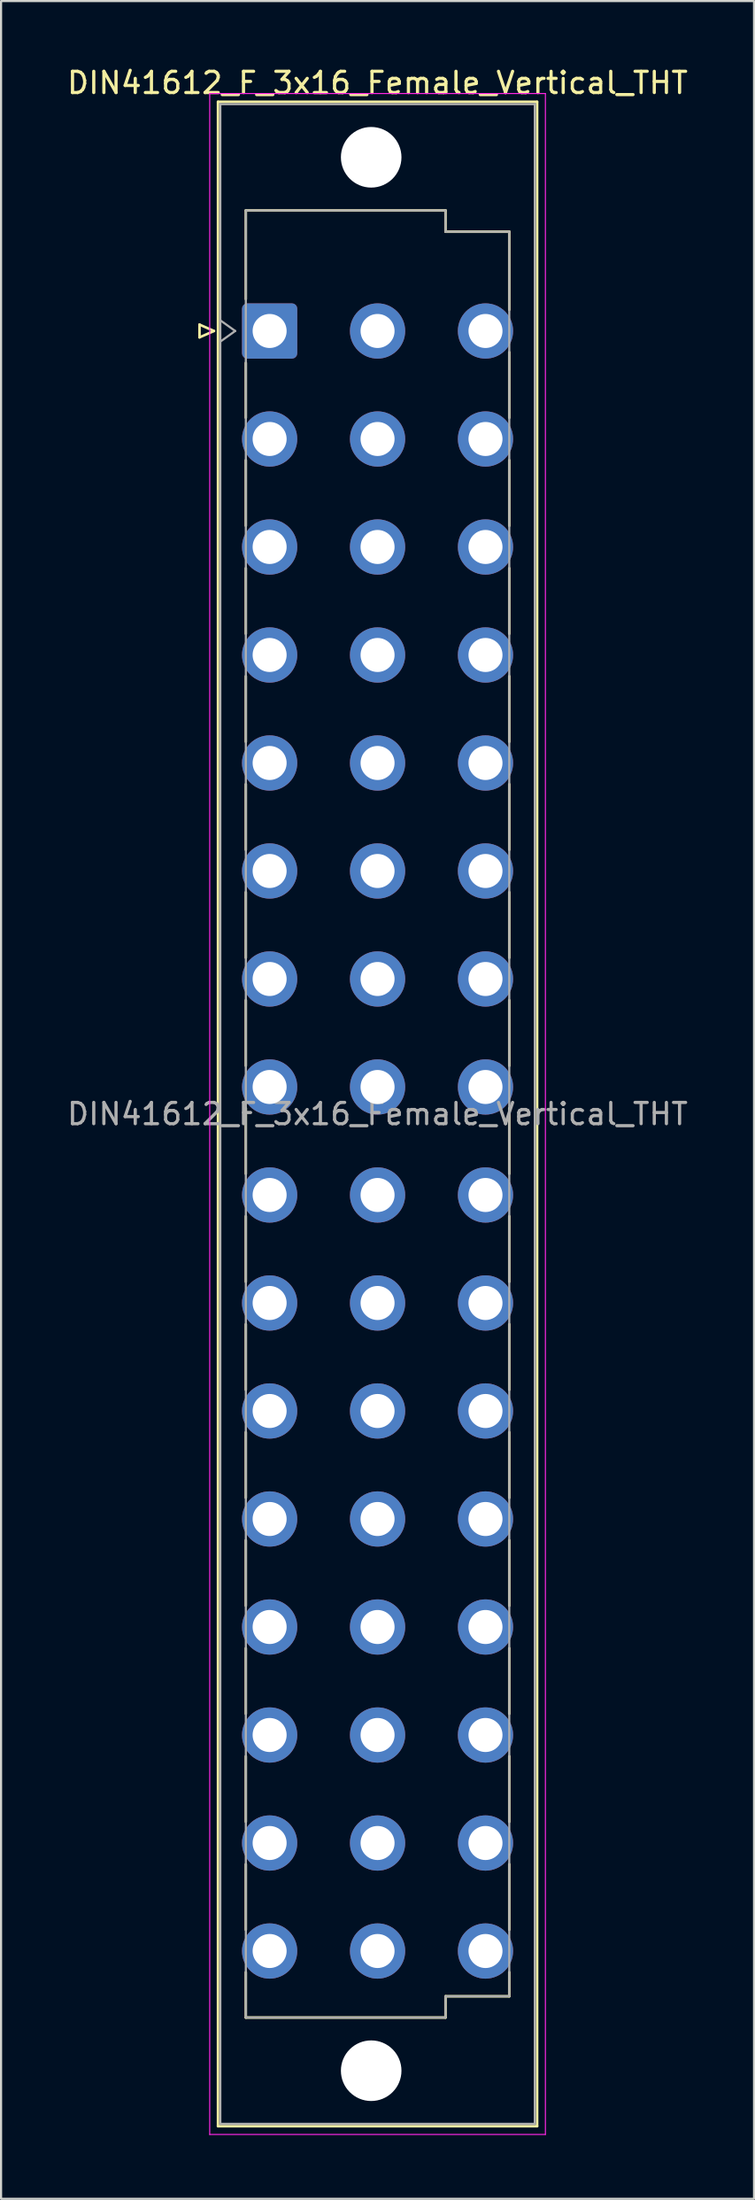
<source format=kicad_pcb>
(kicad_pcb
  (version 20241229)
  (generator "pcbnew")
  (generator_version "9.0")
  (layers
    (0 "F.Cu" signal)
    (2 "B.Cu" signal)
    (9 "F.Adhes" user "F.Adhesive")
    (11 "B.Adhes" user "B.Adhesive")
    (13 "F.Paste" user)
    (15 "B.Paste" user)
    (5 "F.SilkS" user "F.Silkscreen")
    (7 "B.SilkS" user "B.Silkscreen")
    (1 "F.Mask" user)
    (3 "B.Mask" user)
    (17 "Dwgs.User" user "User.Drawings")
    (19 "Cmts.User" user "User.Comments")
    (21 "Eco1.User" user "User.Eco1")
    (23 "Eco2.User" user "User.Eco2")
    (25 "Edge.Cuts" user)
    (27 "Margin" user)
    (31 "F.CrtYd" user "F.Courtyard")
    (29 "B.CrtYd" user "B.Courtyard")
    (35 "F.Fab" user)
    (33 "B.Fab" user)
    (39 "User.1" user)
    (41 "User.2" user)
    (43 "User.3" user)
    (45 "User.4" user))
  (footprint "DIN41612_F_3x16_Female_Vertical_THT"
    (layer "F.Cu")
    (at 12.18 9.978)
    (property "Reference" "DIN41612_F_3x16_Female_Vertical_THT" (at 2.54 -9.13 0) (layer "F.SilkS") (effects (font (size 1 1) (thickness 0.15))))
    (attr through_hole)
    (fp_line (start -5.84 2.24) (end -5.84 2.84) (stroke (width 0.12) (type solid)) (layer "F.SilkS"))
    (fp_line (start -5.84 2.84) (end -5.16 2.54) (stroke (width 0.12) (type solid)) (layer "F.SilkS"))
    (fp_line (start -5.16 2.54) (end -5.84 2.24) (stroke (width 0.12) (type solid)) (layer "F.SilkS"))
    (fp_line (start -4.97 -8.24) (end 10.05 -8.24) (stroke (width 0.12) (type solid)) (layer "F.SilkS"))
    (fp_line (start -4.97 86.98) (end -4.97 -8.24) (stroke (width 0.12) (type solid)) (layer "F.SilkS"))
    (fp_line (start -3.66 -3.13) (end 5.74 -3.13) (stroke (width 0.12) (type solid)) (layer "F.SilkS"))
    (fp_line (start -3.66 1.04) (end -3.66 -3.13) (stroke (width 0.12) (type solid)) (layer "F.SilkS"))
    (fp_line (start -3.66 6.622) (end -3.66 4.04) (stroke (width 0.12) (type solid)) (layer "F.SilkS"))
    (fp_line (start -3.66 11.702) (end -3.66 8.618) (stroke (width 0.12) (type solid)) (layer "F.SilkS"))
    (fp_line (start -3.66 16.782) (end -3.66 13.698) (stroke (width 0.12) (type solid)) (layer "F.SilkS"))
    (fp_line (start -3.66 21.862) (end -3.66 18.778) (stroke (width 0.12) (type solid)) (layer "F.SilkS"))
    (fp_line (start -3.66 26.942) (end -3.66 23.858) (stroke (width 0.12) (type solid)) (layer "F.SilkS"))
    (fp_line (start -3.66 32.022) (end -3.66 28.938) (stroke (width 0.12) (type solid)) (layer "F.SilkS"))
    (fp_line (start -3.66 37.102) (end -3.66 34.018) (stroke (width 0.12) (type solid)) (layer "F.SilkS"))
    (fp_line (start -3.66 42.182) (end -3.66 39.098) (stroke (width 0.12) (type solid)) (layer "F.SilkS"))
    (fp_line (start -3.66 47.262) (end -3.66 44.178) (stroke (width 0.12) (type solid)) (layer "F.SilkS"))
    (fp_line (start -3.66 52.342) (end -3.66 49.258) (stroke (width 0.12) (type solid)) (layer "F.SilkS"))
    (fp_line (start -3.66 57.422) (end -3.66 54.338) (stroke (width 0.12) (type solid)) (layer "F.SilkS"))
    (fp_line (start -3.66 62.502) (end -3.66 59.418) (stroke (width 0.12) (type solid)) (layer "F.SilkS"))
    (fp_line (start -3.66 67.582) (end -3.66 64.498) (stroke (width 0.12) (type solid)) (layer "F.SilkS"))
    (fp_line (start -3.66 72.662) (end -3.66 69.578) (stroke (width 0.12) (type solid)) (layer "F.SilkS"))
    (fp_line (start -3.66 77.742) (end -3.66 74.658) (stroke (width 0.12) (type solid)) (layer "F.SilkS"))
    (fp_line (start -3.66 81.87) (end -3.66 79.738) (stroke (width 0.12) (type solid)) (layer "F.SilkS"))
    (fp_line (start 5.74 -3.13) (end 5.74 -2.13) (stroke (width 0.12) (type solid)) (layer "F.SilkS"))
    (fp_line (start 5.74 -2.13) (end 8.74 -2.13) (stroke (width 0.12) (type solid)) (layer "F.SilkS"))
    (fp_line (start 5.74 80.87) (end 5.74 81.87) (stroke (width 0.12) (type solid)) (layer "F.SilkS"))
    (fp_line (start 5.74 81.87) (end -3.66 81.87) (stroke (width 0.12) (type solid)) (layer "F.SilkS"))
    (fp_line (start 8.74 -2.13) (end 8.74 1.542) (stroke (width 0.12) (type solid)) (layer "F.SilkS"))
    (fp_line (start 8.74 3.538) (end 8.74 6.622) (stroke (width 0.12) (type solid)) (layer "F.SilkS"))
    (fp_line (start 8.74 8.618) (end 8.74 11.702) (stroke (width 0.12) (type solid)) (layer "F.SilkS"))
    (fp_line (start 8.74 13.698) (end 8.74 16.782) (stroke (width 0.12) (type solid)) (layer "F.SilkS"))
    (fp_line (start 8.74 18.778) (end 8.74 21.862) (stroke (width 0.12) (type solid)) (layer "F.SilkS"))
    (fp_line (start 8.74 23.858) (end 8.74 26.942) (stroke (width 0.12) (type solid)) (layer "F.SilkS"))
    (fp_line (start 8.74 28.938) (end 8.74 32.022) (stroke (width 0.12) (type solid)) (layer "F.SilkS"))
    (fp_line (start 8.74 34.018) (end 8.74 37.102) (stroke (width 0.12) (type solid)) (layer "F.SilkS"))
    (fp_line (start 8.74 39.098) (end 8.74 42.182) (stroke (width 0.12) (type solid)) (layer "F.SilkS"))
    (fp_line (start 8.74 44.178) (end 8.74 47.262) (stroke (width 0.12) (type solid)) (layer "F.SilkS"))
    (fp_line (start 8.74 49.258) (end 8.74 52.342) (stroke (width 0.12) (type solid)) (layer "F.SilkS"))
    (fp_line (start 8.74 54.338) (end 8.74 57.422) (stroke (width 0.12) (type solid)) (layer "F.SilkS"))
    (fp_line (start 8.74 59.418) (end 8.74 62.502) (stroke (width 0.12) (type solid)) (layer "F.SilkS"))
    (fp_line (start 8.74 64.498) (end 8.74 67.582) (stroke (width 0.12) (type solid)) (layer "F.SilkS"))
    (fp_line (start 8.74 69.578) (end 8.74 72.662) (stroke (width 0.12) (type solid)) (layer "F.SilkS"))
    (fp_line (start 8.74 74.658) (end 8.74 77.742) (stroke (width 0.12) (type solid)) (layer "F.SilkS"))
    (fp_line (start 8.74 79.738) (end 8.74 80.87) (stroke (width 0.12) (type solid)) (layer "F.SilkS"))
    (fp_line (start 8.74 80.87) (end 5.74 80.87) (stroke (width 0.12) (type solid)) (layer "F.SilkS"))
    (fp_line (start 10.05 -8.24) (end 10.05 86.98) (stroke (width 0.12) (type solid)) (layer "F.SilkS"))
    (fp_line (start 10.05 86.98) (end -4.97 86.98) (stroke (width 0.12) (type solid)) (layer "F.SilkS"))
    (fp_line (start -5.36 -8.63) (end 10.44 -8.63) (stroke (width 0.05) (type solid)) (layer "F.CrtYd"))
    (fp_line (start -5.36 87.37) (end -5.36 -8.63) (stroke (width 0.05) (type solid)) (layer "F.CrtYd"))
    (fp_line (start 10.44 -8.63) (end 10.44 87.37) (stroke (width 0.05) (type solid)) (layer "F.CrtYd"))
    (fp_line (start 10.44 87.37) (end -5.36 87.37) (stroke (width 0.05) (type solid)) (layer "F.CrtYd"))
    (fp_line (start -4.86 -8.13) (end 9.94 -8.13) (stroke (width 0.1) (type solid)) (layer "F.Fab"))
    (fp_line (start -4.86 2.04) (end -4.16 2.54) (stroke (width 0.1) (type solid)) (layer "F.Fab"))
    (fp_line (start -4.86 86.87) (end -4.86 -8.13) (stroke (width 0.1) (type solid)) (layer "F.Fab"))
    (fp_line (start -4.16 2.54) (end -4.86 3.04) (stroke (width 0.1) (type solid)) (layer "F.Fab"))
    (fp_line (start -3.66 -3.13) (end 5.74 -3.13) (stroke (width 0.1) (type solid)) (layer "F.Fab"))
    (fp_line (start -3.66 81.87) (end -3.66 -3.13) (stroke (width 0.1) (type solid)) (layer "F.Fab"))
    (fp_line (start 5.74 -3.13) (end 5.74 -2.13) (stroke (width 0.1) (type solid)) (layer "F.Fab"))
    (fp_line (start 5.74 -2.13) (end 8.74 -2.13) (stroke (width 0.1) (type solid)) (layer "F.Fab"))
    (fp_line (start 5.74 80.87) (end 5.74 81.87) (stroke (width 0.1) (type solid)) (layer "F.Fab"))
    (fp_line (start 5.74 81.87) (end -3.66 81.87) (stroke (width 0.1) (type solid)) (layer "F.Fab"))
    (fp_line (start 8.74 -2.13) (end 8.74 80.87) (stroke (width 0.1) (type solid)) (layer "F.Fab"))
    (fp_line (start 8.74 80.87) (end 5.74 80.87) (stroke (width 0.1) (type solid)) (layer "F.Fab"))
    (fp_line (start 9.94 -8.13) (end 9.94 86.87) (stroke (width 0.1) (type solid)) (layer "F.Fab"))
    (fp_line (start 9.94 86.87) (end -4.86 86.87) (stroke (width 0.1) (type solid)) (layer "F.Fab"))
    (fp_text user "${REFERENCE}" (at 2.54 39.37 0) (layer "F.Fab") (effects (font (size 1 1) (thickness 0.15))))
    (pad "" np_thru_hole circle (at 2.24 -5.63) (size 2.85 2.85) (drill 2.85) (layers "*.Cu" "*.Mask"))
    (pad "" np_thru_hole circle (at 2.24 84.37) (size 2.85 2.85) (drill 2.85) (layers "*.Cu" "*.Mask"))
    (pad "b2" thru_hole circle (at 2.54 2.54) (size 2.6 2.6) (drill 1.6) (layers "*.Cu" "*.Mask"))
    (pad "b4" thru_hole circle (at 2.54 7.62) (size 2.6 2.6) (drill 1.6) (layers "*.Cu" "*.Mask"))
    (pad "b6" thru_hole circle (at 2.54 12.7) (size 2.6 2.6) (drill 1.6) (layers "*.Cu" "*.Mask"))
    (pad "b8" thru_hole circle (at 2.54 17.78) (size 2.6 2.6) (drill 1.6) (layers "*.Cu" "*.Mask"))
    (pad "b10" thru_hole circle (at 2.54 22.86) (size 2.6 2.6) (drill 1.6) (layers "*.Cu" "*.Mask"))
    (pad "b12" thru_hole circle (at 2.54 27.94) (size 2.6 2.6) (drill 1.6) (layers "*.Cu" "*.Mask"))
    (pad "b14" thru_hole circle (at 2.54 33.02) (size 2.6 2.6) (drill 1.6) (layers "*.Cu" "*.Mask"))
    (pad "b16" thru_hole circle (at 2.54 38.1) (size 2.6 2.6) (drill 1.6) (layers "*.Cu" "*.Mask"))
    (pad "b18" thru_hole circle (at 2.54 43.18) (size 2.6 2.6) (drill 1.6) (layers "*.Cu" "*.Mask"))
    (pad "b20" thru_hole circle (at 2.54 48.26) (size 2.6 2.6) (drill 1.6) (layers "*.Cu" "*.Mask"))
    (pad "b22" thru_hole circle (at 2.54 53.34) (size 2.6 2.6) (drill 1.6) (layers "*.Cu" "*.Mask"))
    (pad "b24" thru_hole circle (at 2.54 58.42) (size 2.6 2.6) (drill 1.6) (layers "*.Cu" "*.Mask"))
    (pad "b26" thru_hole circle (at 2.54 63.5) (size 2.6 2.6) (drill 1.6) (layers "*.Cu" "*.Mask"))
    (pad "b28" thru_hole circle (at 2.54 68.58) (size 2.6 2.6) (drill 1.6) (layers "*.Cu" "*.Mask"))
    (pad "b30" thru_hole circle (at 2.54 73.66) (size 2.6 2.6) (drill 1.6) (layers "*.Cu" "*.Mask"))
    (pad "b32" thru_hole circle (at 2.54 78.74) (size 2.6 2.6) (drill 1.6) (layers "*.Cu" "*.Mask"))
    (pad "d2" thru_hole circle (at 7.62 2.54) (size 2.6 2.6) (drill 1.6) (layers "*.Cu" "*.Mask"))
    (pad "d4" thru_hole circle (at 7.62 7.62) (size 2.6 2.6) (drill 1.6) (layers "*.Cu" "*.Mask"))
    (pad "d6" thru_hole circle (at 7.62 12.7) (size 2.6 2.6) (drill 1.6) (layers "*.Cu" "*.Mask"))
    (pad "d8" thru_hole circle (at 7.62 17.78) (size 2.6 2.6) (drill 1.6) (layers "*.Cu" "*.Mask"))
    (pad "d10" thru_hole circle (at 7.62 22.86) (size 2.6 2.6) (drill 1.6) (layers "*.Cu" "*.Mask"))
    (pad "d12" thru_hole circle (at 7.62 27.94) (size 2.6 2.6) (drill 1.6) (layers "*.Cu" "*.Mask"))
    (pad "d14" thru_hole circle (at 7.62 33.02) (size 2.6 2.6) (drill 1.6) (layers "*.Cu" "*.Mask"))
    (pad "d16" thru_hole circle (at 7.62 38.1) (size 2.6 2.6) (drill 1.6) (layers "*.Cu" "*.Mask"))
    (pad "d18" thru_hole circle (at 7.62 43.18) (size 2.6 2.6) (drill 1.6) (layers "*.Cu" "*.Mask"))
    (pad "d20" thru_hole circle (at 7.62 48.26) (size 2.6 2.6) (drill 1.6) (layers "*.Cu" "*.Mask"))
    (pad "d22" thru_hole circle (at 7.62 53.34) (size 2.6 2.6) (drill 1.6) (layers "*.Cu" "*.Mask"))
    (pad "d24" thru_hole circle (at 7.62 58.42) (size 2.6 2.6) (drill 1.6) (layers "*.Cu" "*.Mask"))
    (pad "d26" thru_hole circle (at 7.62 63.5) (size 2.6 2.6) (drill 1.6) (layers "*.Cu" "*.Mask"))
    (pad "d28" thru_hole circle (at 7.62 68.58) (size 2.6 2.6) (drill 1.6) (layers "*.Cu" "*.Mask"))
    (pad "d30" thru_hole circle (at 7.62 73.66) (size 2.6 2.6) (drill 1.6) (layers "*.Cu" "*.Mask"))
    (pad "d32" thru_hole circle (at 7.62 78.74) (size 2.6 2.6) (drill 1.6) (layers "*.Cu" "*.Mask"))
    (pad "z2" thru_hole roundrect (at -2.54 2.54) (size 2.6 2.6) (drill 1.6) (layers "*.Cu" "*.Mask") (roundrect_rratio 0.096))
    (pad "z4" thru_hole circle (at -2.54 7.62) (size 2.6 2.6) (drill 1.6) (layers "*.Cu" "*.Mask"))
    (pad "z6" thru_hole circle (at -2.54 12.7) (size 2.6 2.6) (drill 1.6) (layers "*.Cu" "*.Mask"))
    (pad "z8" thru_hole circle (at -2.54 17.78) (size 2.6 2.6) (drill 1.6) (layers "*.Cu" "*.Mask"))
    (pad "z10" thru_hole circle (at -2.54 22.86) (size 2.6 2.6) (drill 1.6) (layers "*.Cu" "*.Mask"))
    (pad "z12" thru_hole circle (at -2.54 27.94) (size 2.6 2.6) (drill 1.6) (layers "*.Cu" "*.Mask"))
    (pad "z14" thru_hole circle (at -2.54 33.02) (size 2.6 2.6) (drill 1.6) (layers "*.Cu" "*.Mask"))
    (pad "z16" thru_hole circle (at -2.54 38.1) (size 2.6 2.6) (drill 1.6) (layers "*.Cu" "*.Mask"))
    (pad "z18" thru_hole circle (at -2.54 43.18) (size 2.6 2.6) (drill 1.6) (layers "*.Cu" "*.Mask"))
    (pad "z20" thru_hole circle (at -2.54 48.26) (size 2.6 2.6) (drill 1.6) (layers "*.Cu" "*.Mask"))
    (pad "z22" thru_hole circle (at -2.54 53.34) (size 2.6 2.6) (drill 1.6) (layers "*.Cu" "*.Mask"))
    (pad "z24" thru_hole circle (at -2.54 58.42) (size 2.6 2.6) (drill 1.6) (layers "*.Cu" "*.Mask"))
    (pad "z26" thru_hole circle (at -2.54 63.5) (size 2.6 2.6) (drill 1.6) (layers "*.Cu" "*.Mask"))
    (pad "z28" thru_hole circle (at -2.54 68.58) (size 2.6 2.6) (drill 1.6) (layers "*.Cu" "*.Mask"))
    (pad "z30" thru_hole circle (at -2.54 73.66) (size 2.6 2.6) (drill 1.6) (layers "*.Cu" "*.Mask"))
    (pad "z32" thru_hole circle (at -2.54 78.74) (size 2.6 2.6) (drill 1.6) (layers "*.Cu" "*.Mask")))
  (gr_rect
    (start -3 -3)
    (end 32.44 100.373)
    (stroke (width 0.1) (type default))
    (fill no)
    (layer "Edge.Cuts")))
</source>
